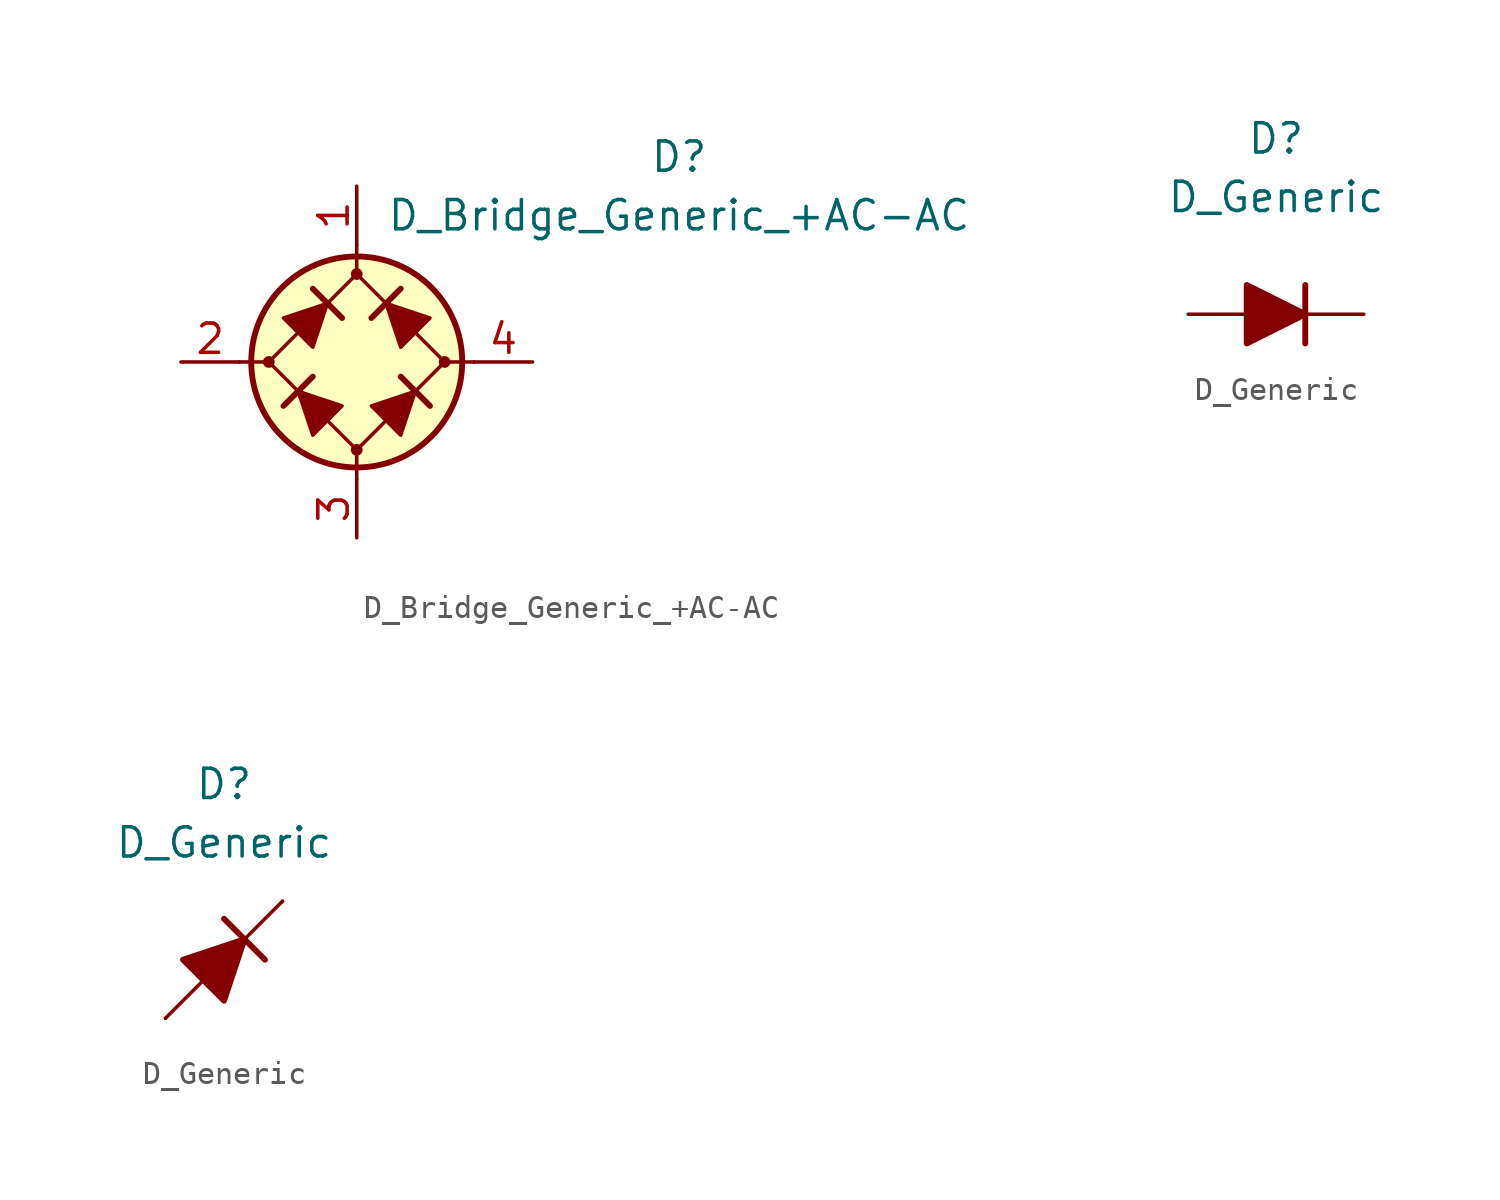
<source format=kicad_sym>
(kicad_symbol_lib
  (version 20231120)
  (generator "kicad_symbol_editor")
  (generator_version "8.0")
  (symbol "D_Bridge_Generic_+AC-AC"
    (pin_names
      (offset 1.016) hide)
    (property "Reference" "D"
      (at 13.97 8.89 0)
      (effects (font (size 1.27 1.27))))
    (property "Value" "D_Bridge_Generic_+AC-AC"
      (at 13.97 6.35 0)
      (effects (font (size 1.27 1.27))))
    (symbol "D_Bridge_Generic_+AC-AC_0_1"
      (circle (center -3.81 0) (radius 0.178) (stroke (width 0) (type default)) (fill (type outline)))
      (polyline (pts (xy -5.08 0) (xy -3.81 0)) (stroke (width 0) (type default)) (fill (type none)))
      (polyline (pts (xy -1.905 -0.635) (xy -3.175 -1.905)) (stroke (width 0.254) (type default)) (fill (type none)))
      (polyline (pts (xy -1.905 3.175) (xy -0.635 1.905)) (stroke (width 0.254) (type default)) (fill (type none)))
      (polyline (pts (xy 0 -5.08) (xy 0 -3.81)) (stroke (width 0) (type default)) (fill (type none)))
      (polyline (pts (xy 0 5.08) (xy 0 3.81)) (stroke (width 0) (type default)) (fill (type none)))
      (polyline (pts (xy 1.905 3.175) (xy 0.635 1.905)) (stroke (width 0.254) (type default)) (fill (type none)))
      (polyline (pts (xy 3.175 -1.905) (xy 1.905 -0.635)) (stroke (width 0.254) (type default)) (fill (type none)))
      (polyline (pts (xy 5.08 0) (xy 3.81 0)) (stroke (width 0) (type default)) (fill (type none)))
      (polyline (pts (xy -2.54 -1.27) (xy -1.905 -3.175) (xy -0.635 -1.905) (xy -2.54 -1.27)) (stroke (width 0) (type default)) (fill (type outline)))
      (polyline (pts (xy -1.27 2.54) (xy -1.905 0.635) (xy -3.175 1.905) (xy -1.27 2.54)) (stroke (width 0) (type default)) (fill (type outline)))
      (polyline (pts (xy 1.27 2.54) (xy 3.175 1.905) (xy 1.905 0.635) (xy 1.27 2.54)) (stroke (width 0) (type default)) (fill (type outline)))
      (polyline (pts (xy 2.54 -1.27) (xy 0.635 -1.905) (xy 1.905 -3.175) (xy 2.54 -1.27)) (stroke (width 0) (type default)) (fill (type outline)))
      (polyline (pts (xy 0 3.81) (xy -3.81 0) (xy 0 -3.81) (xy 3.81 0) (xy 0 3.81)) (stroke (width 0) (type default)) (fill (type none)))
      (circle (center 0 0) (radius 4.572) (stroke (width 0.254) (type default)) (fill (type background))))
    (symbol "D_Bridge_Generic_+AC-AC_1_1"
      (circle (center 0 -3.81) (radius 0.178) (stroke (width 0) (type default)) (fill (type outline)))
      (circle (center 0 3.81) (radius 0.178) (stroke (width 0) (type default)) (fill (type outline)))
      (circle (center 3.81 0) (radius 0.178) (stroke (width 0) (type default)) (fill (type outline)))
      (pin passive line (at 0 7.62 270) (length 2.54) (name "+" (effects (font (size 1.27 1.27)))) (number "1" (effects (font (size 1.27 1.27)))))
      (pin passive line (at -7.62 0 0) (length 2.54) (name "1" (effects (font (size 1.27 1.27)))) (number "2" (effects (font (size 1.27 1.27)))))
      (pin passive line (at 0 -7.62 90) (length 2.54) (name "-" (effects (font (size 1.27 1.27)))) (number "3" (effects (font (size 1.27 1.27)))))
      (pin passive line (at 7.62 0 180) (length 2.54) (name "2" (effects (font (size 1.27 1.27)))) (number "4" (effects (font (size 1.27 1.27)))))))
  (symbol "D_Generic"
    (pin_numbers hide)
    (pin_names
      (offset 1.016) hide)
    (property "Reference" "D"
      (at 0 7.62 0)
      (effects (font (size 1.27 1.27))))
    (property "Value" "D_Generic"
      (at 0 5.08 0)
      (effects (font (size 1.27 1.27))))
    (symbol "D_Generic_0_1"
      (polyline (pts (xy -1.27 0) (xy 1.27 0)) (stroke (width 0) (type default)) (fill (type none)))
      (polyline (pts (xy 1.27 1.27) (xy 1.27 -1.27)) (stroke (width 0.254) (type default)) (fill (type none)))
      (polyline (pts (xy -1.27 1.27) (xy -1.27 -1.27) (xy 1.27 0) (xy -1.27 1.27)) (stroke (width 0.254) (type default)) (fill (type outline))))
    (symbol "D_Generic_0_2"
      (polyline (pts (xy -2.54 -2.54) (xy 2.54 2.54)) (stroke (width 0) (type default)) (fill (type none)))
      (polyline (pts (xy 0 1.778) (xy 1.778 0)) (stroke (width 0.254) (type default)) (fill (type none)))
      (polyline (pts (xy -0.889 -0.889) (xy -1.778 0) (xy 0.889 0.889) (xy 0 -1.778) (xy -0.889 -0.889)) (stroke (width 0.254) (type default)) (fill (type outline))))
    (symbol "D_Generic_1_1"
      (pin passive line (at 3.81 0 180) (length 2.54) (name "K" (effects (font (size 1.27 1.27)))) (number "1" (effects (font (size 1.27 1.27)))))
      (pin passive line (at -3.81 0 0) (length 2.54) (name "A" (effects (font (size 1.27 1.27)))) (number "2" (effects (font (size 1.27 1.27))))))
    (symbol "D_Generic_1_2"
      (pin passive line (at 2.54 2.54 180) (length 0) (name "K" (effects (font (size 1.27 1.27)))) (number "1" (effects (font (size 1.27 1.27)))))
      (pin passive line (at -2.54 -2.54 0) (length 0) (name "A" (effects (font (size 1.27 1.27)))) (number "2" (effects (font (size 1.27 1.27))))))))
</source>
